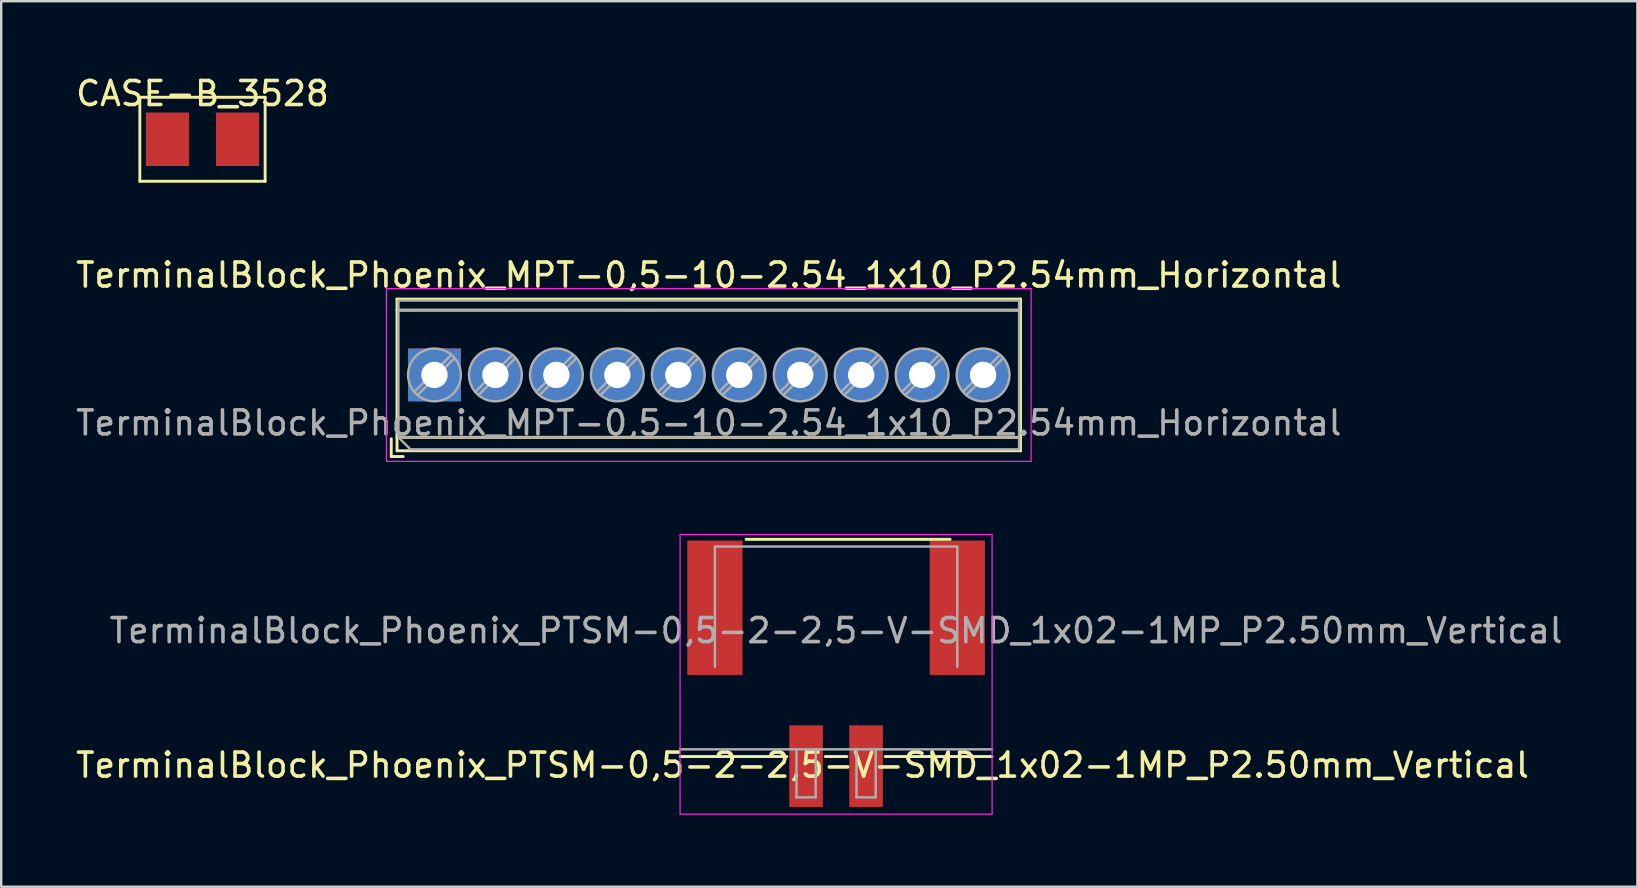
<source format=kicad_pcb>
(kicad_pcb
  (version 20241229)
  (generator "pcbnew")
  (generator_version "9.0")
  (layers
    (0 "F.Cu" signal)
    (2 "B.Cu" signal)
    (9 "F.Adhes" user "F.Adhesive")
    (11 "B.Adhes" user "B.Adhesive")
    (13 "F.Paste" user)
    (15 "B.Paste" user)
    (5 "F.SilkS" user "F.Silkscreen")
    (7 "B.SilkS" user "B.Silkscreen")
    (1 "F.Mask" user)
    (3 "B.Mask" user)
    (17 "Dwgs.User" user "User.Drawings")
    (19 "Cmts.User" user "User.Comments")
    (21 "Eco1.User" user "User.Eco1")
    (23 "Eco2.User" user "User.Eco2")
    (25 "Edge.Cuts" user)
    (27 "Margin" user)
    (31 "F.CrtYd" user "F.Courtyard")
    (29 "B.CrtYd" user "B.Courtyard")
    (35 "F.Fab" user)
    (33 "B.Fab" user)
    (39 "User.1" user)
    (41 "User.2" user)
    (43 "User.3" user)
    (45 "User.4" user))
  (footprint "TerminalBlock_Phoenix_PTSM-0,5-2-2,5-V-SMD_1x02-1MP_P2.50mm_Vertical"
    (layer "F.Cu")
    (at 31.787 23.302)
    (property "Reference" "TerminalBlock_Phoenix_PTSM-0,5-2-2,5-V-SMD_1x02-1MP_P2.50mm_Vertical" (at -1.4 5.53 0) (layer "F.SilkS") (effects (font (size 1 1) (thickness 0.15))))
    (attr smd)
    (fp_line (start -3.75 -3.88) (end 4.75 -3.88) (stroke (width 0.12) (type solid)) (layer "F.SilkS"))
    (fp_line (start -2.05 5.17) (end -6.5 5.17) (stroke (width 0.12) (type solid)) (layer "F.SilkS"))
    (fp_line (start 0.45 5.17) (end -0.45 5.17) (stroke (width 0.12) (type solid)) (layer "F.SilkS"))
    (fp_line (start 6.5 5.17) (end 2.05 5.17) (stroke (width 0.12) (type solid)) (layer "F.SilkS"))
    (fp_line (start -6.5 -4.08) (end 6.5 -4.08) (stroke (width 0.05) (type solid)) (layer "F.CrtYd"))
    (fp_line (start -6.5 7.57) (end -6.5 -4.08) (stroke (width 0.05) (type solid)) (layer "F.CrtYd"))
    (fp_line (start 6.5 -4.08) (end 6.5 7.57) (stroke (width 0.05) (type solid)) (layer "F.CrtYd"))
    (fp_line (start 6.5 7.57) (end -6.5 7.57) (stroke (width 0.05) (type solid)) (layer "F.CrtYd"))
    (fp_line (start -5.05 -3.58) (end 5.05 -3.58) (stroke (width 0.1) (type solid)) (layer "F.Fab"))
    (fp_line (start -5.05 1.43) (end -5.05 -3.58) (stroke (width 0.1) (type solid)) (layer "F.Fab"))
    (fp_line (start -1.65 4.87) (end -1.65 6.87) (stroke (width 0.1) (type solid)) (layer "F.Fab"))
    (fp_line (start -1.65 6.87) (end -0.85 6.87) (stroke (width 0.1) (type solid)) (layer "F.Fab"))
    (fp_line (start -0.85 4.87) (end -0.85 6.87) (stroke (width 0.1) (type solid)) (layer "F.Fab"))
    (fp_line (start 0.85 4.87) (end 0.85 6.87) (stroke (width 0.1) (type solid)) (layer "F.Fab"))
    (fp_line (start 0.85 6.87) (end 1.65 6.87) (stroke (width 0.1) (type solid)) (layer "F.Fab"))
    (fp_line (start 1.65 4.87) (end 1.65 6.87) (stroke (width 0.1) (type solid)) (layer "F.Fab"))
    (fp_line (start 5.05 1.43) (end 5.05 -3.58) (stroke (width 0.1) (type solid)) (layer "F.Fab"))
    (fp_line (start 6.5 4.87) (end -6.5 4.87) (stroke (width 0.1) (type solid)) (layer "F.Fab"))
    (fp_text user "${REFERENCE}" (at 0 -0.075 0) (layer "F.Fab") (effects (font (size 1 1) (thickness 0.15))))
    (pad "1" smd rect (at -1.25 5.57 180) (size 1.4 3.4) (layers "F.Cu" "F.Mask" "F.Paste"))
    (pad "2" smd rect (at 1.25 5.57 180) (size 1.4 3.4) (layers "F.Cu" "F.Mask" "F.Paste"))
    (pad "MP" smd rect (at -5.05 -1.03 180) (size 2.3 5.6) (layers "F.Cu" "F.Mask" "F.Paste"))
    (pad "MP" smd rect (at 5.05 -1.03 180) (size 2.3 5.6) (layers "F.Cu" "F.Mask" "F.Paste")))
  (footprint "TerminalBlock_Phoenix_MPT-0,5-10-2.54_1x10_P2.54mm_Horizontal"
    (layer "F.Cu")
    (at 26.482 12.572)
    (property "Reference" "TerminalBlock_Phoenix_MPT-0,5-10-2.54_1x10_P2.54mm_Horizontal" (at 0 -4.16 0) (layer "F.SilkS") (effects (font (size 1 1) (thickness 0.15))))
    (attr through_hole)
    (fp_line (start -13.23 2.66) (end -13.23 3.4) (stroke (width 0.12) (type solid)) (layer "F.SilkS"))
    (fp_line (start -13.23 3.4) (end -12.73 3.4) (stroke (width 0.12) (type solid)) (layer "F.SilkS"))
    (fp_line (start -12.99 -3.16) (end -12.99 3.16) (stroke (width 0.12) (type solid)) (layer "F.SilkS"))
    (fp_line (start -12.99 -3.16) (end 12.99 -3.16) (stroke (width 0.12) (type solid)) (layer "F.SilkS"))
    (fp_line (start -12.99 -2.7) (end 12.99 -2.7) (stroke (width 0.12) (type solid)) (layer "F.SilkS"))
    (fp_line (start -12.99 2.6) (end 12.99 2.6) (stroke (width 0.12) (type solid)) (layer "F.SilkS"))
    (fp_line (start -12.99 3.16) (end 12.99 3.16) (stroke (width 0.12) (type solid)) (layer "F.SilkS"))
    (fp_line (start 12.99 -3.16) (end 12.99 3.16) (stroke (width 0.12) (type solid)) (layer "F.SilkS"))
    (fp_line (start -13.43 -3.6) (end -13.43 3.6) (stroke (width 0.05) (type solid)) (layer "F.CrtYd"))
    (fp_line (start -13.43 3.6) (end 13.43 3.6) (stroke (width 0.05) (type solid)) (layer "F.CrtYd"))
    (fp_line (start 13.43 -3.6) (end -13.43 -3.6) (stroke (width 0.05) (type solid)) (layer "F.CrtYd"))
    (fp_line (start 13.43 3.6) (end 13.43 -3.6) (stroke (width 0.05) (type solid)) (layer "F.CrtYd"))
    (fp_line (start -12.93 -3.1) (end 12.93 -3.1) (stroke (width 0.1) (type solid)) (layer "F.Fab"))
    (fp_line (start -12.93 -2.7) (end 12.93 -2.7) (stroke (width 0.1) (type solid)) (layer "F.Fab"))
    (fp_line (start -12.93 2.6) (end -12.93 -3.1) (stroke (width 0.1) (type solid)) (layer "F.Fab"))
    (fp_line (start -12.93 2.6) (end 12.93 2.6) (stroke (width 0.1) (type solid)) (layer "F.Fab"))
    (fp_line (start -12.43 3.1) (end -12.93 2.6) (stroke (width 0.1) (type solid)) (layer "F.Fab"))
    (fp_line (start -10.729 -0.835) (end -12.265 0.7) (stroke (width 0.1) (type solid)) (layer "F.Fab"))
    (fp_line (start -10.595 -0.7) (end -12.131 0.835) (stroke (width 0.1) (type solid)) (layer "F.Fab"))
    (fp_line (start -8.189 -0.835) (end -9.724 0.7) (stroke (width 0.1) (type solid)) (layer "F.Fab"))
    (fp_line (start -8.055 -0.7) (end -9.59 0.835) (stroke (width 0.1) (type solid)) (layer "F.Fab"))
    (fp_line (start -5.649 -0.835) (end -7.184 0.7) (stroke (width 0.1) (type solid)) (layer "F.Fab"))
    (fp_line (start -5.515 -0.7) (end -7.05 0.835) (stroke (width 0.1) (type solid)) (layer "F.Fab"))
    (fp_line (start -3.109 -0.835) (end -4.644 0.7) (stroke (width 0.1) (type solid)) (layer "F.Fab"))
    (fp_line (start -2.975 -0.7) (end -4.51 0.835) (stroke (width 0.1) (type solid)) (layer "F.Fab"))
    (fp_line (start -0.569 -0.835) (end -2.104 0.7) (stroke (width 0.1) (type solid)) (layer "F.Fab"))
    (fp_line (start -0.435 -0.7) (end -1.97 0.835) (stroke (width 0.1) (type solid)) (layer "F.Fab"))
    (fp_line (start 1.971 -0.835) (end 0.436 0.7) (stroke (width 0.1) (type solid)) (layer "F.Fab"))
    (fp_line (start 2.105 -0.7) (end 0.57 0.835) (stroke (width 0.1) (type solid)) (layer "F.Fab"))
    (fp_line (start 4.511 -0.835) (end 2.976 0.7) (stroke (width 0.1) (type solid)) (layer "F.Fab"))
    (fp_line (start 4.645 -0.7) (end 3.11 0.835) (stroke (width 0.1) (type solid)) (layer "F.Fab"))
    (fp_line (start 7.051 -0.835) (end 5.516 0.7) (stroke (width 0.1) (type solid)) (layer "F.Fab"))
    (fp_line (start 7.185 -0.7) (end 5.65 0.835) (stroke (width 0.1) (type solid)) (layer "F.Fab"))
    (fp_line (start 9.591 -0.835) (end 8.056 0.7) (stroke (width 0.1) (type solid)) (layer "F.Fab"))
    (fp_line (start 9.725 -0.7) (end 8.19 0.835) (stroke (width 0.1) (type solid)) (layer "F.Fab"))
    (fp_line (start 12.131 -0.835) (end 10.596 0.7) (stroke (width 0.1) (type solid)) (layer "F.Fab"))
    (fp_line (start 12.265 -0.7) (end 10.73 0.835) (stroke (width 0.1) (type solid)) (layer "F.Fab"))
    (fp_line (start 12.93 -3.1) (end 12.93 3.1) (stroke (width 0.1) (type solid)) (layer "F.Fab"))
    (fp_line (start 12.93 3.1) (end -12.43 3.1) (stroke (width 0.1) (type solid)) (layer "F.Fab"))
    (fp_circle (center -11.43 0) (end -10.33 0) (stroke (width 0.1) (type solid)) (fill no) (layer "F.Fab"))
    (fp_circle (center -8.89 0) (end -7.79 0) (stroke (width 0.1) (type solid)) (fill no) (layer "F.Fab"))
    (fp_circle (center -6.35 0) (end -5.25 0) (stroke (width 0.1) (type solid)) (fill no) (layer "F.Fab"))
    (fp_circle (center -3.81 0) (end -2.71 0) (stroke (width 0.1) (type solid)) (fill no) (layer "F.Fab"))
    (fp_circle (center -1.27 0) (end -0.17 0) (stroke (width 0.1) (type solid)) (fill no) (layer "F.Fab"))
    (fp_circle (center 1.27 0) (end 2.37 0) (stroke (width 0.1) (type solid)) (fill no) (layer "F.Fab"))
    (fp_circle (center 3.81 0) (end 4.91 0) (stroke (width 0.1) (type solid)) (fill no) (layer "F.Fab"))
    (fp_circle (center 6.35 0) (end 7.45 0) (stroke (width 0.1) (type solid)) (fill no) (layer "F.Fab"))
    (fp_circle (center 8.89 0) (end 9.99 0) (stroke (width 0.1) (type solid)) (fill no) (layer "F.Fab"))
    (fp_circle (center 11.43 0) (end 12.53 0) (stroke (width 0.1) (type solid)) (fill no) (layer "F.Fab"))
    (fp_text user "${REFERENCE}" (at 0 2 0) (layer "F.Fab") (effects (font (size 1 1) (thickness 0.15))))
    (pad "1" thru_hole rect (at -11.43 0) (size 2.2 2.2) (drill 1.1) (layers "*.Cu" "*.Mask"))
    (pad "2" thru_hole circle (at -8.89 0) (size 2.2 2.2) (drill 1.1) (layers "*.Cu" "*.Mask"))
    (pad "3" thru_hole circle (at -6.35 0) (size 2.2 2.2) (drill 1.1) (layers "*.Cu" "*.Mask"))
    (pad "4" thru_hole circle (at -3.81 0) (size 2.2 2.2) (drill 1.1) (layers "*.Cu" "*.Mask"))
    (pad "5" thru_hole circle (at -1.27 0) (size 2.2 2.2) (drill 1.1) (layers "*.Cu" "*.Mask"))
    (pad "6" thru_hole circle (at 1.27 0) (size 2.2 2.2) (drill 1.1) (layers "*.Cu" "*.Mask"))
    (pad "7" thru_hole circle (at 3.81 0) (size 2.2 2.2) (drill 1.1) (layers "*.Cu" "*.Mask"))
    (pad "8" thru_hole circle (at 6.35 0) (size 2.2 2.2) (drill 1.1) (layers "*.Cu" "*.Mask"))
    (pad "9" thru_hole circle (at 8.89 0) (size 2.2 2.2) (drill 1.1) (layers "*.Cu" "*.Mask"))
    (pad "10" thru_hole circle (at 11.43 0) (size 2.2 2.2) (drill 1.1) (layers "*.Cu" "*.Mask")))
  (footprint "CASE-B_3528"
    (layer "F.Cu")
    (at 5.387 2.753)
    (property "Reference" "CASE-B_3528" (at 0 -1.905 0) (layer "F.SilkS") (effects (font (size 1 1) (thickness 0.15))))
    (attr through_hole)
    (fp_line (start -2.61 -1.75) (end 2.61 -1.75) (stroke (width 0.12) (type solid)) (layer "F.SilkS"))
    (fp_line (start -2.61 1.75) (end -2.61 -1.75) (stroke (width 0.12) (type solid)) (layer "F.SilkS"))
    (fp_line (start 2.61 -1.75) (end 2.61 1.75) (stroke (width 0.12) (type solid)) (layer "F.SilkS"))
    (fp_line (start 2.61 1.75) (end -2.61 1.75) (stroke (width 0.12) (type solid)) (layer "F.SilkS"))
    (pad "1" smd rect (at -1.46 0) (size 1.8 2.23) (layers "F.Cu" "F.Mask" "F.Paste"))
    (pad "2" smd rect (at 1.46 0) (size 1.8 2.23) (layers "F.Cu" "F.Mask" "F.Paste")))
  (gr_rect
    (start -3 -3)
    (end 65.174 33.897)
    (stroke (width 0.1) (type default))
    (fill no)
    (layer "Edge.Cuts")))
</source>
